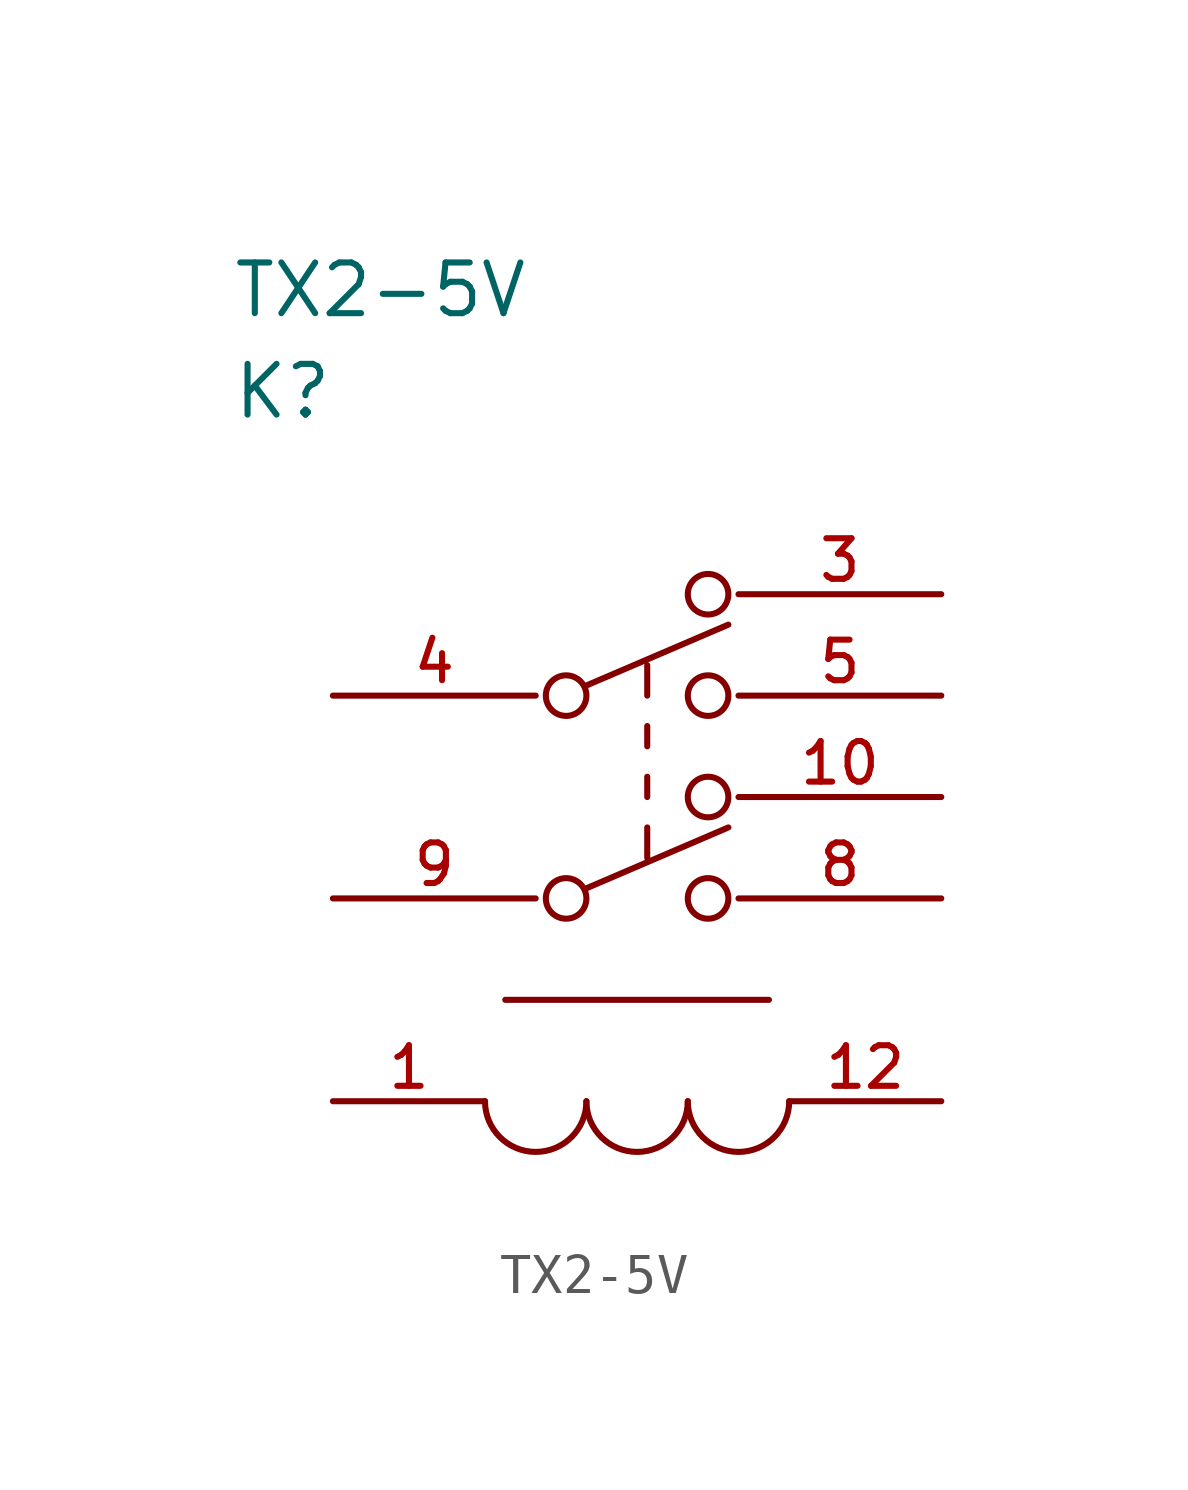
<source format=kicad_sym>
(kicad_symbol_lib
  (version 20220914)
  (generator kicad_symbol_editor)
  (symbol "TX2-5V"
    (pin_names
      (offset 1.016))
    (property "Reference" "K"
      (at 0 7.62 0)
      (effects (font (size 1.27 1.27)) (justify left)))
    (property "Value" "TX2-5V"
      (at 0 10.16 0)
      (effects (font (size 1.27 1.27)) (justify left)))
    (property "ki_locked" ""
      (at 0 0 0)
      (effects (font (size 1.27 1.27))))
    (symbol "TX2-5V_1_1"
      (polyline (pts (xy 8.89 -4.826) (xy 12.446 -3.302)) (stroke (width 0) (type solid)) (fill (type none)))
      (polyline (pts (xy 8.89 0.254) (xy 12.446 1.778)) (stroke (width 0) (type solid)) (fill (type none)))
      (polyline (pts (xy 10.414 -3.302) (xy 10.414 -4.064)) (stroke (width 0) (type solid)) (fill (type none)))
      (polyline (pts (xy 10.414 -2.032) (xy 10.414 -2.54)) (stroke (width 0) (type solid)) (fill (type none)))
      (polyline (pts (xy 10.414 -0.762) (xy 10.414 -1.27)) (stroke (width 0) (type solid)) (fill (type none)))
      (polyline (pts (xy 10.414 0.762) (xy 10.414 0)) (stroke (width 0) (type solid)) (fill (type none)))
      (polyline (pts (xy 13.462 -7.62) (xy 6.858 -7.62)) (stroke (width 0) (type solid)) (fill (type none)))
      (arc (start 6.35 -10.16) (mid 7.62 -11.4245) (end 8.89 -10.16) (stroke (width 0) (type solid)) (fill (type none)))
      (circle (center 8.382 -5.08) (radius 0.508) (stroke (width 0) (type solid)) (fill (type none)))
      (circle (center 8.382 0) (radius 0.508) (stroke (width 0) (type solid)) (fill (type none)))
      (arc (start 8.89 -10.16) (mid 10.16 -11.4245) (end 11.43 -10.16) (stroke (width 0) (type solid)) (fill (type none)))
      (arc (start 11.43 -10.16) (mid 12.7 -11.4245) (end 13.97 -10.16) (stroke (width 0) (type solid)) (fill (type none)))
      (circle (center 11.938 -5.08) (radius 0.508) (stroke (width 0) (type solid)) (fill (type none)))
      (circle (center 11.938 -2.54) (radius 0.508) (stroke (width 0) (type solid)) (fill (type none)))
      (circle (center 11.938 0) (radius 0.508) (stroke (width 0) (type solid)) (fill (type none)))
      (circle (center 11.938 2.54) (radius 0.508) (stroke (width 0) (type solid)) (fill (type none)))
      (pin passive line (at 2.54 -10.16 0) (length 3.81) (name "1" (effects (font (size 0 0)))) (number "1" (effects (font (size 1.016 1.016)))))
      (pin passive line (at 17.78 -2.54 180) (length 5.08) (name "10" (effects (font (size 0 0)))) (number "10" (effects (font (size 1.016 1.016)))))
      (pin passive line (at 17.78 -10.16 180) (length 3.81) (name "12" (effects (font (size 0 0)))) (number "12" (effects (font (size 1.016 1.016)))))
      (pin passive line (at 17.78 2.54 180) (length 5.08) (name "3" (effects (font (size 0 0)))) (number "3" (effects (font (size 1.016 1.016)))))
      (pin passive line (at 2.54 0 0) (length 5.08) (name "4" (effects (font (size 0 0)))) (number "4" (effects (font (size 1.016 1.016)))))
      (pin passive line (at 17.78 0 180) (length 5.08) (name "5" (effects (font (size 0 0)))) (number "5" (effects (font (size 1.016 1.016)))))
      (pin passive line (at 17.78 -5.08 180) (length 5.08) (name "8" (effects (font (size 0 0)))) (number "8" (effects (font (size 1.016 1.016)))))
      (pin passive line (at 2.54 -5.08 0) (length 5.08) (name "9" (effects (font (size 0 0)))) (number "9" (effects (font (size 1.016 1.016))))))))
</source>
